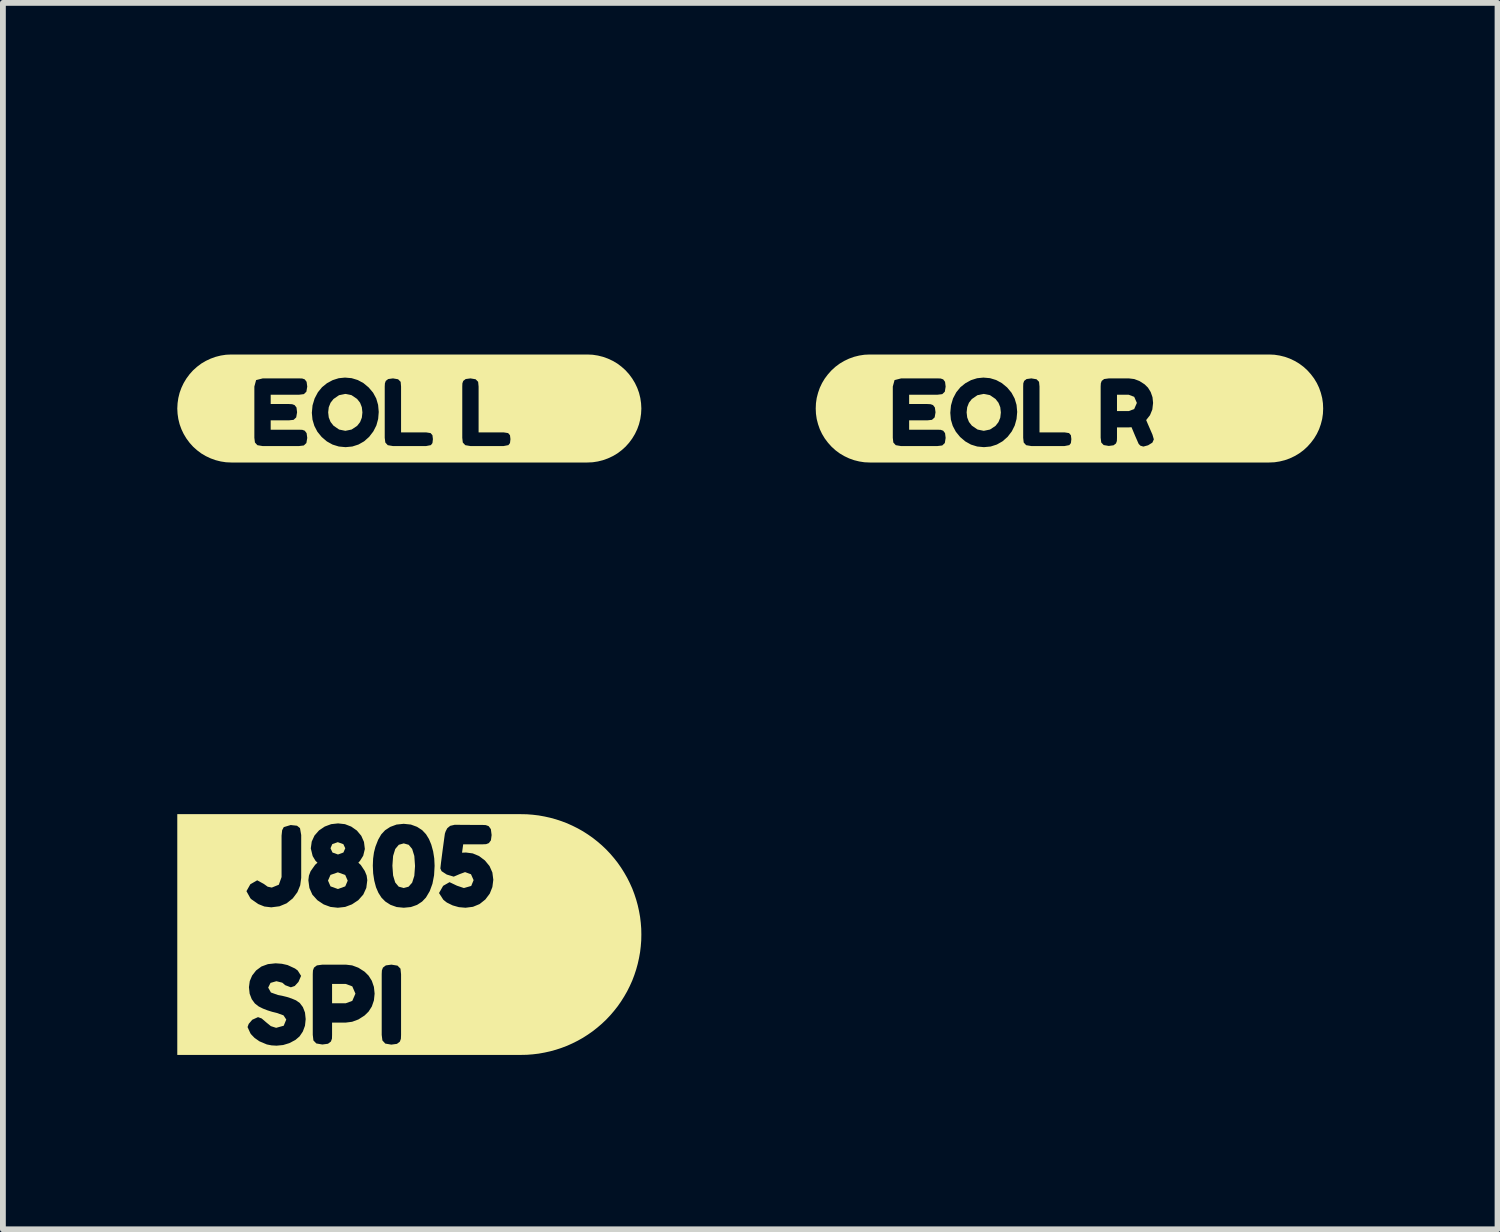
<source format=kicad_pcb>
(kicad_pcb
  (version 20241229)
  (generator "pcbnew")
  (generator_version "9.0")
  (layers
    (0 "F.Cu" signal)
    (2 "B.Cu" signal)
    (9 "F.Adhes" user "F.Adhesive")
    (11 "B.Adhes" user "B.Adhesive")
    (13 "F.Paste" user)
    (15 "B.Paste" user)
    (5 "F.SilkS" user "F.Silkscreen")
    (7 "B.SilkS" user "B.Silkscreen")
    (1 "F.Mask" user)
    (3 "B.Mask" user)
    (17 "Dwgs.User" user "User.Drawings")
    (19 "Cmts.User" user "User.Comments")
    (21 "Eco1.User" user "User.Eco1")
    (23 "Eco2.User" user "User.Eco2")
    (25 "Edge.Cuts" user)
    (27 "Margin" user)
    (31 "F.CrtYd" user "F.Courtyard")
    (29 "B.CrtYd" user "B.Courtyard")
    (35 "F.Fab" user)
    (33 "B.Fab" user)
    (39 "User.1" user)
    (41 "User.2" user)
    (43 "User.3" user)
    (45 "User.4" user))
  (footprint "kibuzzard-65A1AC88"
    (layer "F.Cu")
    (at 3.992 3.978)
    (property "Reference" "kibuzzard-65A1AC88" (at 0 -3.977 0) (layer "F.SilkS") (effects (font (size 0.001 0.001) (thickness 0.15))))
    (attr board_only exclude_from_pos_files exclude_from_bom)
    (fp_poly (pts (xy -1.396 0.066) (xy -1.386 0.154) (xy -1.355 0.231) (xy -1.304 0.296) (xy -1.208 0.362) (xy -1.1 0.384) (xy -0.993 0.362) (xy -0.897 0.298) (xy -0.847 0.234) (xy -0.817 0.158) (xy -0.807 0.068) (xy -0.817 -0.022) (xy -0.847 -0.099) (xy -0.898 -0.164) (xy -0.995 -0.23) (xy -1.102 -0.251) (xy -1.209 -0.229) (xy -1.305 -0.163) (xy -1.355 -0.099) (xy -1.386 -0.022) (xy -1.396 0.066)) (stroke (width 0) (type solid)) (fill yes) (layer "F.SilkS"))
    (fp_poly (pts (xy -2.666 -0.929) (xy -3.063 -0.929) (xy -3.154 -0.925) (xy -3.244 -0.911) (xy -3.332 -0.889) (xy -3.418 -0.858) (xy -3.501 -0.819) (xy -3.579 -0.773) (xy -3.652 -0.718) (xy -3.72 -0.657) (xy -3.781 -0.589) (xy -3.835 -0.516) (xy -3.882 -0.438) (xy -3.921 -0.356) (xy -3.952 -0.27) (xy -3.974 -0.181) (xy -3.987 -0.091) (xy -3.992 0) (xy -3.987 0.091) (xy -3.974 0.181) (xy -3.952 0.27) (xy -3.921 0.356) (xy -3.882 0.438) (xy -3.835 0.516) (xy -3.781 0.589) (xy -3.72 0.657) (xy -3.652 0.718) (xy -3.579 0.773) (xy -3.501 0.819) (xy -3.418 0.858) (xy -3.332 0.889) (xy -3.244 0.911) (xy -3.154 0.925) (xy -3.063 0.929) (xy -2.666 0.929) (xy -1.897 0.929) (xy -1.897 0.646) (xy -2.526 0.646) (xy -2.614 0.631) (xy -2.656 0.585) (xy -2.666 0.504) (xy -2.666 -0.378) (xy -2.636 -0.489) (xy -2.521 -0.518) (xy -1.896 -0.518) (xy -1.841 -0.516) (xy -1.799 -0.501) (xy -1.767 -0.459) (xy -1.756 -0.377) (xy -1.771 -0.289) (xy -1.815 -0.247) (xy -1.897 -0.237) (xy -2.385 -0.237) (xy -2.385 -0.077) (xy -2.07 -0.077) (xy -2.016 -0.074) (xy -1.974 -0.059) (xy -1.941 -0.017) (xy -1.931 0.065) (xy -1.946 0.153) (xy -1.991 0.195) (xy -2.074 0.204) (xy -2.385 0.204) (xy -2.385 0.365) (xy -1.896 0.365) (xy -1.841 0.367) (xy -1.799 0.382) (xy -1.767 0.424) (xy -1.756 0.506) (xy -1.771 0.594) (xy -1.815 0.636) (xy -1.897 0.646) (xy -1.897 0.929) (xy -1.097 0.929) (xy -1.097 0.665) (xy -1.213 0.654) (xy -1.32 0.621) (xy -1.419 0.566) (xy -1.508 0.49) (xy -1.582 0.399) (xy -1.634 0.299) (xy -1.666 0.191) (xy -1.677 0.074) (xy -1.665 -0.054) (xy -1.629 -0.173) (xy -1.573 -0.279) (xy -1.502 -0.366) (xy -1.417 -0.435) (xy -1.319 -0.488) (xy -1.215 -0.521) (xy -1.107 -0.532) (xy -0.993 -0.522) (xy -0.887 -0.49) (xy -0.789 -0.437) (xy -0.699 -0.362) (xy -0.623 -0.272) (xy -0.569 -0.172) (xy -0.537 -0.062) (xy -0.526 0.059) (xy -0.536 0.18) (xy -0.567 0.292) (xy -0.619 0.394) (xy -0.691 0.488) (xy -0.778 0.565) (xy -0.875 0.62) (xy -0.981 0.654) (xy -1.097 0.665) (xy -1.097 0.929) (xy 0.289 0.929) (xy 0.289 0.646) (xy -0.283 0.646) (xy -0.371 0.631) (xy -0.413 0.585) (xy -0.423 0.504) (xy -0.423 -0.378) (xy -0.42 -0.433) (xy -0.405 -0.475) (xy -0.363 -0.507) (xy -0.281 -0.518) (xy -0.193 -0.503) (xy -0.149 -0.459) (xy -0.142 -0.377) (xy -0.142 0.411) (xy 0.29 0.411) (xy 0.366 0.423) (xy 0.398 0.46) (xy 0.406 0.527) (xy 0.398 0.595) (xy 0.371 0.63) (xy 0.289 0.646) (xy 0.289 0.929) (xy 1.622 0.929) (xy 1.622 0.646) (xy 1.051 0.646) (xy 0.963 0.631) (xy 0.92 0.585) (xy 0.911 0.504) (xy 0.911 -0.378) (xy 0.913 -0.433) (xy 0.928 -0.475) (xy 0.97 -0.507) (xy 1.052 -0.518) (xy 1.141 -0.503) (xy 1.184 -0.459) (xy 1.192 -0.377) (xy 1.192 0.411) (xy 1.624 0.411) (xy 1.7 0.423) (xy 1.732 0.46) (xy 1.74 0.527) (xy 1.732 0.595) (xy 1.705 0.63) (xy 1.622 0.646) (xy 1.622 0.929) (xy 1.74 0.929) (xy 3.063 0.929) (xy 3.154 0.925) (xy 3.244 0.911) (xy 3.332 0.889) (xy 3.418 0.858) (xy 3.501 0.819) (xy 3.579 0.773) (xy 3.652 0.718) (xy 3.72 0.657) (xy 3.781 0.589) (xy 3.835 0.516) (xy 3.882 0.438) (xy 3.921 0.356) (xy 3.952 0.27) (xy 3.974 0.181) (xy 3.987 0.091) (xy 3.992 0) (xy 3.987 -0.091) (xy 3.974 -0.181) (xy 3.952 -0.27) (xy 3.921 -0.356) (xy 3.882 -0.438) (xy 3.835 -0.516) (xy 3.781 -0.589) (xy 3.72 -0.657) (xy 3.652 -0.718) (xy 3.579 -0.773) (xy 3.501 -0.819) (xy 3.418 -0.858) (xy 3.332 -0.889) (xy 3.244 -0.911) (xy 3.154 -0.925) (xy 3.063 -0.929) (xy 1.74 -0.929) (xy -2.666 -0.929)) (stroke (width 0) (type solid)) (fill yes) (layer "F.SilkS")))
  (footprint "kibuzzard-65A1ADEE"
    (layer "F.Cu")
    (at 15.349 3.978)
    (property "Reference" "kibuzzard-65A1ADEE" (at 0 -3.977 0) (layer "F.SilkS") (effects (font (size 0.001 0.001) (thickness 0.15))))
    (attr board_only exclude_from_pos_files exclude_from_bom)
    (fp_poly (pts (xy 0.818 0.044) (xy 1.022 0.044) (xy 1.114 0.009) (xy 1.16 -0.096) (xy 1.114 -0.201) (xy 1.018 -0.237) (xy 0.818 -0.237) (xy 0.818 0.044)) (stroke (width 0) (type solid)) (fill yes) (layer "F.SilkS"))
    (fp_poly (pts (xy -1.769 0.066) (xy -1.759 0.154) (xy -1.729 0.231) (xy -1.678 0.296) (xy -1.581 0.362) (xy -1.474 0.384) (xy -1.367 0.362) (xy -1.271 0.298) (xy -1.221 0.234) (xy -1.19 0.158) (xy -1.18 0.068) (xy -1.19 -0.022) (xy -1.221 -0.099) (xy -1.272 -0.164) (xy -1.368 -0.23) (xy -1.476 -0.251) (xy -1.583 -0.229) (xy -1.679 -0.163) (xy -1.729 -0.099) (xy -1.759 -0.022) (xy -1.769 0.066)) (stroke (width 0) (type solid)) (fill yes) (layer "F.SilkS"))
    (fp_poly (pts (xy -3.039 -0.929) (xy -3.436 -0.929) (xy -3.527 -0.925) (xy -3.617 -0.911) (xy -3.706 -0.889) (xy -3.792 -0.858) (xy -3.874 -0.819) (xy -3.952 -0.773) (xy -4.026 -0.718) (xy -4.093 -0.657) (xy -4.154 -0.589) (xy -4.209 -0.516) (xy -4.256 -0.438) (xy -4.295 -0.356) (xy -4.325 -0.27) (xy -4.348 -0.181) (xy -4.361 -0.091) (xy -4.365 0) (xy -4.361 0.091) (xy -4.348 0.181) (xy -4.325 0.27) (xy -4.295 0.356) (xy -4.256 0.438) (xy -4.209 0.516) (xy -4.154 0.589) (xy -4.093 0.657) (xy -4.026 0.718) (xy -3.952 0.773) (xy -3.874 0.819) (xy -3.792 0.858) (xy -3.706 0.889) (xy -3.617 0.911) (xy -3.527 0.925) (xy -3.436 0.929) (xy -3.039 0.929) (xy -2.271 0.929) (xy -2.271 0.646) (xy -2.9 0.646) (xy -2.988 0.631) (xy -3.03 0.585) (xy -3.039 0.504) (xy -3.039 -0.378) (xy -3.009 -0.489) (xy -2.895 -0.518) (xy -2.269 -0.518) (xy -2.215 -0.516) (xy -2.172 -0.501) (xy -2.14 -0.459) (xy -2.13 -0.377) (xy -2.144 -0.289) (xy -2.188 -0.247) (xy -2.271 -0.237) (xy -2.758 -0.237) (xy -2.758 -0.077) (xy -2.444 -0.077) (xy -2.389 -0.074) (xy -2.347 -0.059) (xy -2.315 -0.017) (xy -2.304 0.065) (xy -2.319 0.153) (xy -2.365 0.195) (xy -2.447 0.204) (xy -2.758 0.204) (xy -2.758 0.365) (xy -2.269 0.365) (xy -2.215 0.367) (xy -2.172 0.382) (xy -2.14 0.424) (xy -2.13 0.506) (xy -2.144 0.594) (xy -2.188 0.636) (xy -2.271 0.646) (xy -2.271 0.929) (xy -1.471 0.929) (xy -1.471 0.665) (xy -1.587 0.654) (xy -1.694 0.621) (xy -1.792 0.566) (xy -1.881 0.49) (xy -1.955 0.399) (xy -2.008 0.299) (xy -2.04 0.191) (xy -2.05 0.074) (xy -2.038 -0.054) (xy -2.003 -0.173) (xy -1.947 -0.279) (xy -1.876 -0.366) (xy -1.79 -0.435) (xy -1.693 -0.488) (xy -1.588 -0.521) (xy -1.48 -0.532) (xy -1.367 -0.522) (xy -1.261 -0.49) (xy -1.163 -0.437) (xy -1.072 -0.362) (xy -0.997 -0.272) (xy -0.943 -0.172) (xy -0.91 -0.062) (xy -0.899 0.059) (xy -0.91 0.18) (xy -0.941 0.292) (xy -0.992 0.394) (xy -1.064 0.488) (xy -1.152 0.565) (xy -1.249 0.62) (xy -1.355 0.654) (xy -1.471 0.665) (xy -1.471 0.929) (xy -0.085 0.929) (xy -0.085 0.646) (xy -0.656 0.646) (xy -0.745 0.631) (xy -0.787 0.585) (xy -0.796 0.504) (xy -0.796 -0.378) (xy -0.794 -0.433) (xy -0.779 -0.475) (xy -0.737 -0.507) (xy -0.655 -0.518) (xy -0.566 -0.503) (xy -0.523 -0.459) (xy -0.515 -0.377) (xy -0.515 0.411) (xy -0.083 0.411) (xy -0.007 0.423) (xy 0.025 0.46) (xy 0.033 0.527) (xy 0.025 0.595) (xy -0.002 0.63) (xy -0.085 0.646) (xy -0.085 0.929) (xy 1.272 0.929) (xy 1.272 0.655) (xy 1.221 0.64) (xy 1.191 0.609) (xy 1.171 0.564) (xy 1.129 0.468) (xy 1.068 0.322) (xy 1.018 0.325) (xy 0.818 0.325) (xy 0.818 0.504) (xy 0.816 0.559) (xy 0.801 0.601) (xy 0.759 0.633) (xy 0.677 0.644) (xy 0.589 0.629) (xy 0.547 0.585) (xy 0.537 0.503) (xy 0.537 -0.378) (xy 0.54 -0.433) (xy 0.555 -0.475) (xy 0.597 -0.507) (xy 0.679 -0.518) (xy 1.022 -0.518) (xy 1.114 -0.507) (xy 1.204 -0.473) (xy 1.293 -0.416) (xy 1.351 -0.359) (xy 1.398 -0.283) (xy 1.429 -0.194) (xy 1.439 -0.096) (xy 1.426 0.017) (xy 1.386 0.115) (xy 1.32 0.199) (xy 1.348 0.265) (xy 1.384 0.348) (xy 1.428 0.449) (xy 1.452 0.531) (xy 1.427 0.587) (xy 1.353 0.633) (xy 1.272 0.655) (xy 1.272 0.929) (xy 1.452 0.929) (xy 3.436 0.929) (xy 3.527 0.925) (xy 3.617 0.911) (xy 3.706 0.889) (xy 3.792 0.858) (xy 3.874 0.819) (xy 3.952 0.773) (xy 4.026 0.718) (xy 4.093 0.657) (xy 4.154 0.589) (xy 4.209 0.516) (xy 4.256 0.438) (xy 4.295 0.356) (xy 4.325 0.27) (xy 4.348 0.181) (xy 4.361 0.091) (xy 4.365 0) (xy 4.361 -0.091) (xy 4.348 -0.181) (xy 4.325 -0.27) (xy 4.295 -0.356) (xy 4.256 -0.438) (xy 4.209 -0.516) (xy 4.154 -0.589) (xy 4.093 -0.657) (xy 4.026 -0.718) (xy 3.952 -0.773) (xy 3.874 -0.819) (xy 3.792 -0.858) (xy 3.706 -0.889) (xy 3.617 -0.911) (xy 3.527 -0.925) (xy 3.436 -0.929) (xy 1.452 -0.929) (xy -3.039 -0.929)) (stroke (width 0) (type solid)) (fill yes) (layer "F.SilkS")))
  (footprint "kibuzzard-65A1DFCB"
    (layer "F.Cu")
    (at 3.992 13.028)
    (property "Reference" "kibuzzard-65A1DFCB" (at 0 -5.119 0) (layer "F.SilkS") (effects (font (size 0.001 0.001) (thickness 0.15))))
    (attr board_only exclude_from_pos_files exclude_from_bom)
    (fp_poly (pts (xy -1.094 0.85) (xy -1.329 0.85) (xy -1.329 1.182) (xy -1.092 1.182) (xy -0.981 1.141) (xy -0.927 1.017) (xy -0.981 0.892) (xy -1.094 0.85)) (stroke (width 0) (type solid)) (fill yes) (layer "F.SilkS"))
    (fp_poly (pts (xy -1.356 -0.829) (xy -1.228 -0.783) (xy -1.102 -0.829) (xy -1.06 -0.927) (xy -1.103 -1.025) (xy -1.229 -1.07) (xy -1.356 -1.026) (xy -1.399 -0.928) (xy -1.356 -0.829)) (stroke (width 0) (type solid)) (fill yes) (layer "F.SilkS"))
    (fp_poly (pts (xy -1.102 -1.484) (xy -1.135 -1.555) (xy -1.231 -1.589) (xy -1.325 -1.556) (xy -1.356 -1.485) (xy -1.322 -1.411) (xy -1.227 -1.377) (xy -1.134 -1.411) (xy -1.102 -1.484)) (stroke (width 0) (type solid)) (fill yes) (layer "F.SilkS"))
    (fp_poly (pts (xy -0.098 -0.8) (xy -0.013 -0.823) (xy 0.049 -0.893) (xy 0.086 -1.01) (xy 0.098 -1.173) (xy 0.098 -1.185) (xy 0.086 -1.352) (xy 0.049 -1.472) (xy -0.011 -1.544) (xy -0.096 -1.568) (xy -0.181 -1.544) (xy -0.242 -1.472) (xy -0.279 -1.352) (xy -0.291 -1.184) (xy -0.279 -1.016) (xy -0.243 -0.896) (xy -0.183 -0.824) (xy -0.098 -0.8)) (stroke (width 0) (type solid)) (fill yes) (layer "F.SilkS"))
    (fp_poly (pts (xy -2.802 -2.071) (xy -3.992 -2.071) (xy -3.992 2.071) (xy -2.802 2.071) (xy -2.284 2.071) (xy -2.284 1.912) (xy -2.37 1.907) (xy -2.451 1.891) (xy -2.579 1.837) (xy -2.663 1.778) (xy -2.718 1.721) (xy -2.734 1.7) (xy -2.783 1.592) (xy -2.763 1.537) (xy -2.702 1.466) (xy -2.603 1.421) (xy -2.54 1.444) (xy -2.457 1.515) (xy -2.382 1.576) (xy -2.291 1.605) (xy -2.161 1.569) (xy -2.117 1.462) (xy -2.165 1.39) (xy -2.284 1.348) (xy -2.358 1.33) (xy -2.438 1.305) (xy -2.518 1.274) (xy -2.592 1.237) (xy -2.657 1.186) (xy -2.711 1.112) (xy -2.747 1.018) (xy -2.759 0.906) (xy -2.745 0.801) (xy -2.704 0.705) (xy -2.636 0.618) (xy -2.544 0.55) (xy -2.432 0.509) (xy -2.375 0.503) (xy -2.375 -0.468) (xy -2.493 -0.482) (xy -2.598 -0.524) (xy -2.72 -0.609) (xy -2.735 -0.625) (xy -2.802 -0.746) (xy -2.735 -0.865) (xy -2.617 -0.933) (xy -2.502 -0.87) (xy -2.437 -0.823) (xy -2.366 -0.808) (xy -2.245 -0.857) (xy -2.198 -0.989) (xy -2.198 -1.701) (xy -2.188 -1.795) (xy -2.16 -1.848) (xy -2.041 -1.884) (xy -1.932 -1.872) (xy -1.881 -1.831) (xy -1.86 -1.712) (xy -1.86 -0.975) (xy -1.877 -0.847) (xy -1.925 -0.729) (xy -2.005 -0.622) (xy -2.111 -0.537) (xy -2.234 -0.486) (xy -2.375 -0.468) (xy -2.375 0.503) (xy -2.301 0.495) (xy -2.193 0.503) (xy -2.095 0.525) (xy -1.967 0.584) (xy -1.92 0.619) (xy -1.862 0.711) (xy -1.907 0.815) (xy -1.971 0.885) (xy -2.038 0.908) (xy -2.136 0.871) (xy -2.157 0.852) (xy -2.186 0.828) (xy -2.287 0.803) (xy -2.388 0.832) (xy -2.428 0.913) (xy -2.381 0.997) (xy -2.261 1.04) (xy -2.187 1.054) (xy -2.106 1.074) (xy -2.024 1.101) (xy -1.95 1.132) (xy -1.884 1.178) (xy -1.831 1.249) (xy -1.795 1.342) (xy -1.783 1.455) (xy -1.795 1.569) (xy -1.832 1.669) (xy -1.888 1.752) (xy -1.959 1.813) (xy -2.063 1.868) (xy -2.171 1.901) (xy -2.284 1.912) (xy -2.284 2.071) (xy -1.496 2.071) (xy -1.496 1.892) (xy -1.6 1.874) (xy -1.65 1.822) (xy -1.661 1.725) (xy -1.661 0.683) (xy -1.658 0.618) (xy -1.64 0.569) (xy -1.59 0.531) (xy -1.494 0.518) (xy -1.23 0.518) (xy -1.23 -0.461) (xy -1.356 -0.475) (xy -1.473 -0.518) (xy -1.581 -0.59) (xy -1.668 -0.686) (xy -1.719 -0.801) (xy -1.737 -0.935) (xy -1.727 -1.014) (xy -1.698 -1.09) (xy -1.62 -1.2) (xy -1.58 -1.236) (xy -1.613 -1.267) (xy -1.663 -1.35) (xy -1.695 -1.482) (xy -1.679 -1.599) (xy -1.632 -1.702) (xy -1.554 -1.791) (xy -1.455 -1.858) (xy -1.345 -1.899) (xy -1.226 -1.912) (xy -1.107 -1.899) (xy -0.999 -1.857) (xy -0.902 -1.789) (xy -0.826 -1.698) (xy -0.78 -1.593) (xy -0.765 -1.472) (xy -0.793 -1.356) (xy -0.849 -1.267) (xy -0.877 -1.236) (xy -0.835 -1.197) (xy -0.766 -1.093) (xy -0.734 -1.015) (xy -0.723 -0.935) (xy -0.74 -0.802) (xy -0.792 -0.688) (xy -0.878 -0.591) (xy -0.987 -0.519) (xy -1.104 -0.475) (xy -1.23 -0.461) (xy -1.23 0.518) (xy -1.092 0.518) (xy -0.983 0.531) (xy -0.876 0.571) (xy -0.771 0.638) (xy -0.701 0.707) (xy -0.645 0.796) (xy -0.609 0.901) (xy -0.597 1.017) (xy -0.609 1.133) (xy -0.645 1.238) (xy -0.701 1.326) (xy -0.771 1.394) (xy -0.876 1.461) (xy -0.984 1.501) (xy -1.094 1.515) (xy -1.329 1.515) (xy -1.329 1.727) (xy -1.331 1.791) (xy -1.349 1.841) (xy -1.399 1.879) (xy -1.496 1.892) (xy -1.496 2.071) (xy -0.31 2.071) (xy -0.31 1.894) (xy -0.414 1.876) (xy -0.463 1.822) (xy -0.475 1.727) (xy -0.475 0.683) (xy -0.472 0.618) (xy -0.454 0.569) (xy -0.404 0.531) (xy -0.308 0.518) (xy -0.203 0.535) (xy -0.152 0.587) (xy -0.142 0.685) (xy -0.142 1.729) (xy -0.145 1.794) (xy -0.163 1.843) (xy -0.213 1.881) (xy -0.31 1.894) (xy -0.31 2.071) (xy -0.095 2.071) (xy -0.095 -0.461) (xy -0.217 -0.473) (xy -0.324 -0.511) (xy -0.413 -0.568) (xy -0.48 -0.636) (xy -0.532 -0.718) (xy -0.573 -0.813) (xy -0.603 -0.927) (xy -0.622 -1.051) (xy -0.628 -1.185) (xy -0.623 -1.306) (xy -0.608 -1.414) (xy -0.583 -1.511) (xy -0.536 -1.631) (xy -0.483 -1.723) (xy -0.417 -1.794) (xy -0.328 -1.852) (xy -0.22 -1.892) (xy -0.096 -1.905) (xy 0.027 -1.892) (xy 0.133 -1.853) (xy 0.221 -1.796) (xy 0.287 -1.726) (xy 0.338 -1.643) (xy 0.378 -1.547) (xy 0.41 -1.43) (xy 0.429 -1.309) (xy 0.435 -1.183) (xy 0.426 -1.019) (xy 0.398 -0.874) (xy 0.351 -0.746) (xy 0.286 -0.636) (xy 0.22 -0.567) (xy 0.133 -0.51) (xy 0.027 -0.473) (xy -0.095 -0.461) (xy -0.095 2.071) (xy 0.967 2.071) (xy 0.967 -0.461) (xy 0.852 -0.471) (xy 0.746 -0.501) (xy 0.646 -0.55) (xy 0.599 -0.587) (xy 0.584 -0.6) (xy 0.511 -0.714) (xy 0.582 -0.838) (xy 0.692 -0.901) (xy 0.82 -0.84) (xy 0.939 -0.8) (xy 1.065 -0.836) (xy 1.106 -0.936) (xy 1.061 -1.037) (xy 0.959 -1.074) (xy 0.867 -1.04) (xy 0.764 -0.996) (xy 0.644 -1.032) (xy 0.555 -1.09) (xy 0.534 -1.137) (xy 0.544 -1.226) (xy 0.572 -1.444) (xy 0.601 -1.658) (xy 0.612 -1.737) (xy 0.626 -1.777) (xy 0.653 -1.829) (xy 0.703 -1.87) (xy 0.78 -1.888) (xy 1.069 -1.886) (xy 1.248 -1.886) (xy 1.315 -1.883) (xy 1.365 -1.865) (xy 1.403 -1.813) (xy 1.416 -1.712) (xy 1.404 -1.621) (xy 1.368 -1.573) (xy 1.322 -1.555) (xy 1.26 -1.552) (xy 0.927 -1.552) (xy 0.907 -1.408) (xy 0.974 -1.411) (xy 1.091 -1.396) (xy 1.199 -1.351) (xy 1.3 -1.275) (xy 1.38 -1.178) (xy 1.429 -1.067) (xy 1.445 -0.942) (xy 1.429 -0.817) (xy 1.384 -0.704) (xy 1.308 -0.603) (xy 1.209 -0.524) (xy 1.095 -0.477) (xy 0.967 -0.461) (xy 0.967 2.071) (xy 1.445 2.071) (xy 1.921 2.071) (xy 2.023 2.069) (xy 2.124 2.061) (xy 2.225 2.049) (xy 2.325 2.031) (xy 2.424 2.009) (xy 2.522 1.982) (xy 2.619 1.95) (xy 2.714 1.914) (xy 2.807 1.872) (xy 2.897 1.827) (xy 2.986 1.777) (xy 3.072 1.722) (xy 3.155 1.664) (xy 3.235 1.601) (xy 3.312 1.535) (xy 3.386 1.465) (xy 3.456 1.391) (xy 3.522 1.314) (xy 3.585 1.234) (xy 3.643 1.151) (xy 3.697 1.065) (xy 3.748 0.976) (xy 3.793 0.886) (xy 3.835 0.793) (xy 3.871 0.698) (xy 3.903 0.601) (xy 3.93 0.503) (xy 3.952 0.404) (xy 3.97 0.304) (xy 3.982 0.203) (xy 3.99 0.102) (xy 3.992 0) (xy 3.99 -0.102) (xy 3.982 -0.203) (xy 3.97 -0.304) (xy 3.952 -0.404) (xy 3.93 -0.503) (xy 3.903 -0.601) (xy 3.871 -0.698) (xy 3.835 -0.793) (xy 3.793 -0.886) (xy 3.748 -0.976) (xy 3.697 -1.065) (xy 3.643 -1.151) (xy 3.585 -1.234) (xy 3.522 -1.314) (xy 3.456 -1.391) (xy 3.386 -1.465) (xy 3.312 -1.535) (xy 3.235 -1.601) (xy 3.155 -1.664) (xy 3.072 -1.722) (xy 2.986 -1.777) (xy 2.897 -1.827) (xy 2.807 -1.872) (xy 2.714 -1.914) (xy 2.619 -1.95) (xy 2.522 -1.982) (xy 2.424 -2.009) (xy 2.325 -2.031) (xy 2.225 -2.049) (xy 2.124 -2.061) (xy 2.023 -2.069) (xy 1.921 -2.071) (xy 1.445 -2.071) (xy -2.802 -2.071)) (stroke (width 0) (type solid)) (fill yes) (layer "F.SilkS")))
  (gr_rect
    (start -3 -3)
    (end 22.714 18.099)
    (stroke (width 0.1) (type default))
    (fill no)
    (layer "Edge.Cuts")))
</source>
